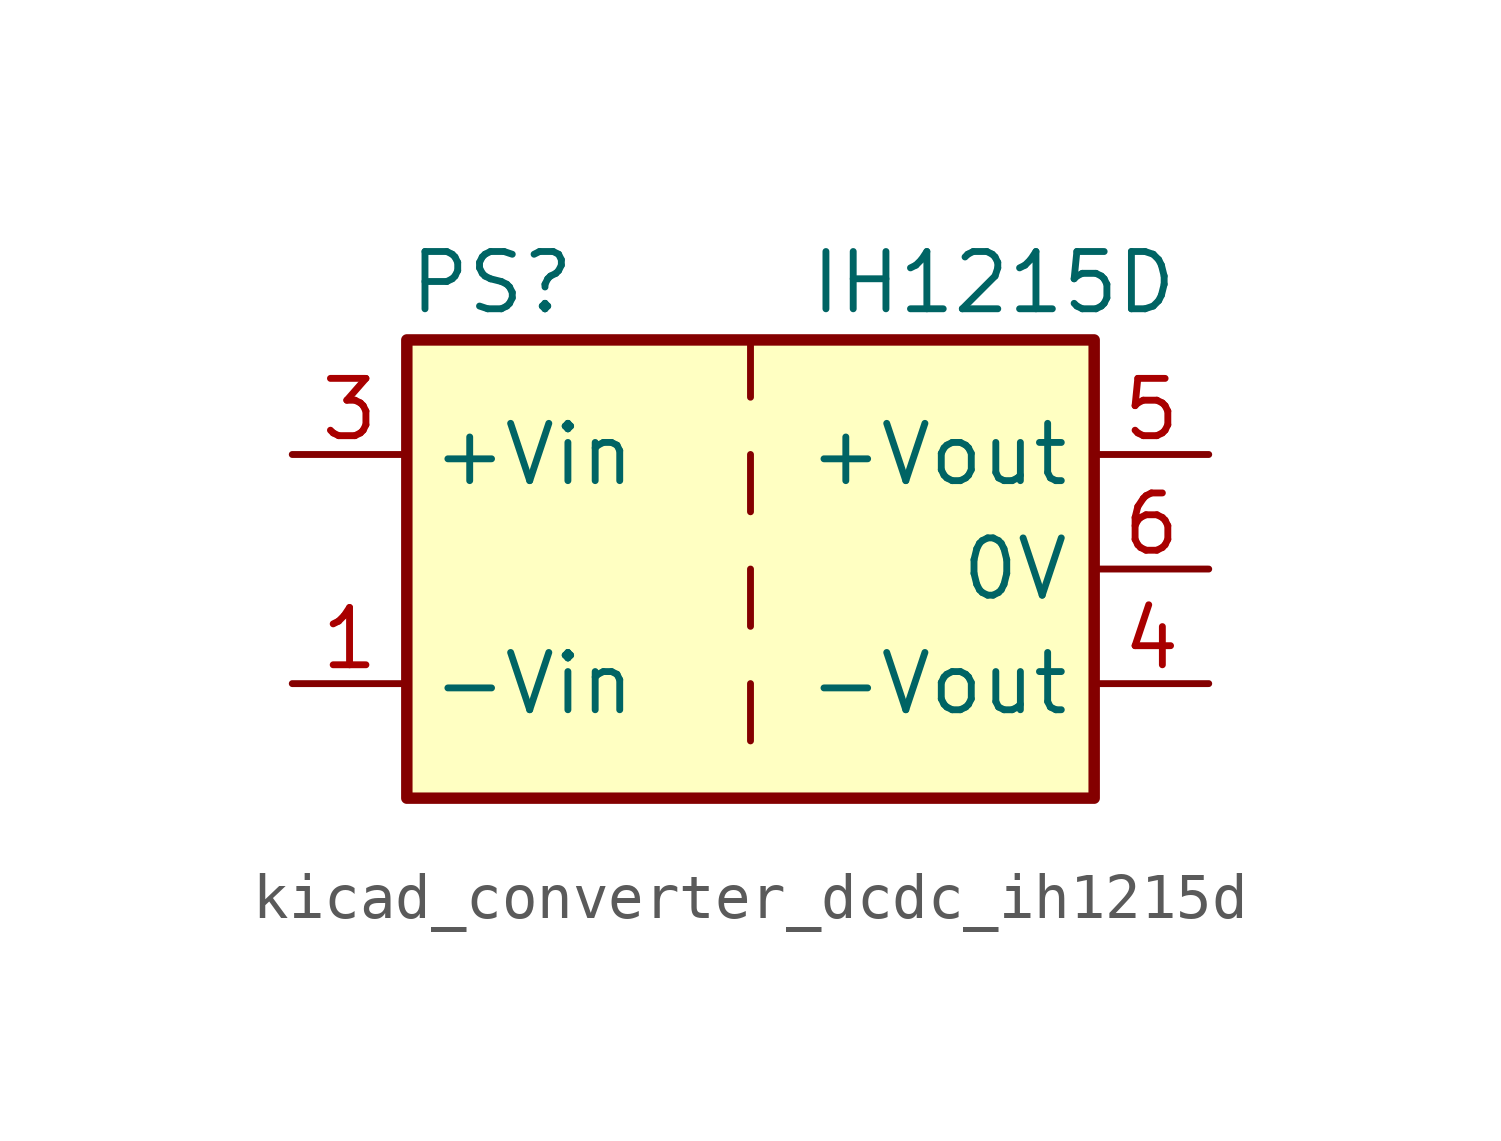
<source format=kicad_sym>
(kicad_symbol_lib
  (version 20220914)
  (generator kicad_symbol_editor)
  (symbol "kicad_converter_dcdc_ih1215d"
    (property "Reference" "PS"
      (at -7.62 6.35 0)
      (effects (font (size 1.27 1.27)) (justify left)))
    (property "Value" "IH1215D"
      (at 1.27 6.35 0)
      (effects (font (size 1.27 1.27)) (justify left)))
    (symbol "kicad_converter_dcdc_ih1215d_0_0"
      (pin power_in line (at -10.16 -2.54 0) (length 2.54) (name "-Vin" (effects (font (size 1.27 1.27)))) (number "1" (effects (font (size 1.27 1.27)))))
      (pin power_in line (at -10.16 2.54 0) (length 2.54) (name "+Vin" (effects (font (size 1.27 1.27)))) (number "3" (effects (font (size 1.27 1.27)))))
      (pin power_out line (at 10.16 -2.54 180) (length 2.54) (name "-Vout" (effects (font (size 1.27 1.27)))) (number "4" (effects (font (size 1.27 1.27)))))
      (pin power_out line (at 10.16 2.54 180) (length 2.54) (name "+Vout" (effects (font (size 1.27 1.27)))) (number "5" (effects (font (size 1.27 1.27)))))
      (pin power_out line (at 10.16 0 180) (length 2.54) (name "0V" (effects (font (size 1.27 1.27)))) (number "6" (effects (font (size 1.27 1.27))))))
    (symbol "kicad_converter_dcdc_ih1215d_0_1"
      (rectangle (start -7.62 5.08) (end 7.62 -5.08) (stroke (width 0.254) (type default)) (fill (type background)))
      (polyline (pts (xy 0 -2.54) (xy 0 -3.81)) (stroke (width 0) (type default)) (fill (type none)))
      (polyline (pts (xy 0 0) (xy 0 -1.27)) (stroke (width 0) (type default)) (fill (type none)))
      (polyline (pts (xy 0 2.54) (xy 0 1.27)) (stroke (width 0) (type default)) (fill (type none)))
      (polyline (pts (xy 0 5.08) (xy 0 3.81)) (stroke (width 0) (type default)) (fill (type none))))
    (symbol "kicad_converter_dcdc_ih1215d_1_1"
      (pin no_connect line (at 0 -5.08 90) (length 2.54) hide (name "NC" (effects (font (size 1.27 1.27)))) (number "2" (effects (font (size 1.27 1.27))))))))
</source>
